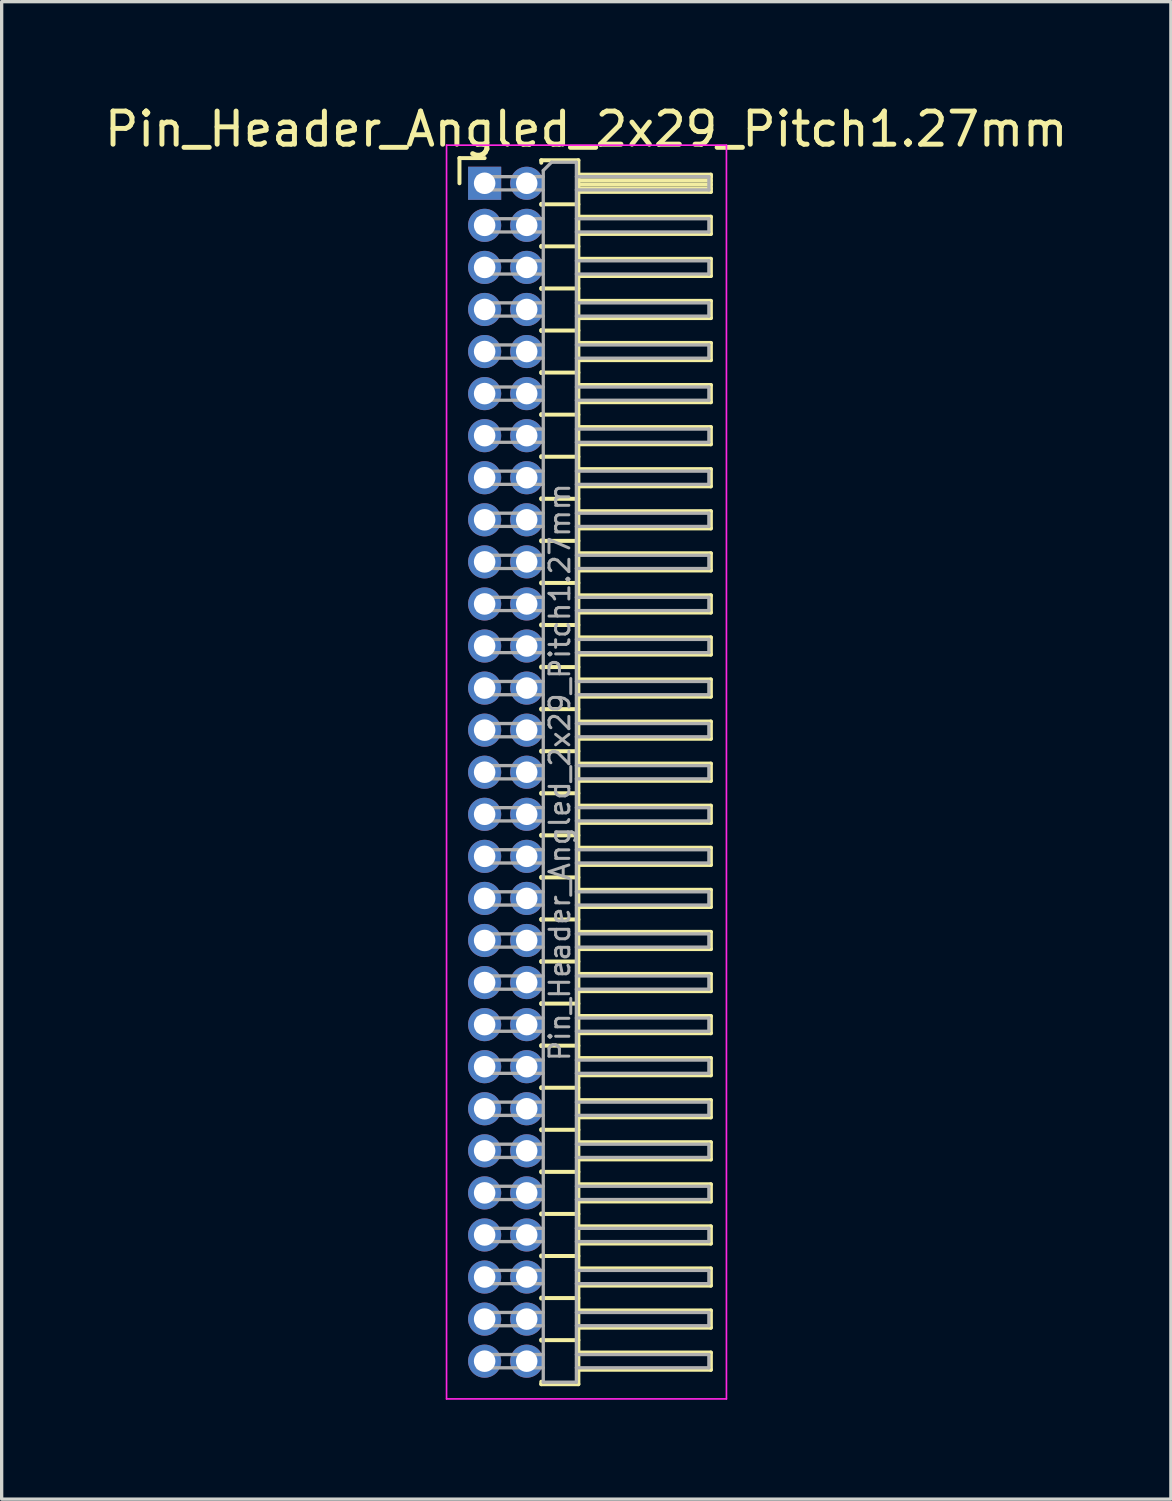
<source format=kicad_pcb>
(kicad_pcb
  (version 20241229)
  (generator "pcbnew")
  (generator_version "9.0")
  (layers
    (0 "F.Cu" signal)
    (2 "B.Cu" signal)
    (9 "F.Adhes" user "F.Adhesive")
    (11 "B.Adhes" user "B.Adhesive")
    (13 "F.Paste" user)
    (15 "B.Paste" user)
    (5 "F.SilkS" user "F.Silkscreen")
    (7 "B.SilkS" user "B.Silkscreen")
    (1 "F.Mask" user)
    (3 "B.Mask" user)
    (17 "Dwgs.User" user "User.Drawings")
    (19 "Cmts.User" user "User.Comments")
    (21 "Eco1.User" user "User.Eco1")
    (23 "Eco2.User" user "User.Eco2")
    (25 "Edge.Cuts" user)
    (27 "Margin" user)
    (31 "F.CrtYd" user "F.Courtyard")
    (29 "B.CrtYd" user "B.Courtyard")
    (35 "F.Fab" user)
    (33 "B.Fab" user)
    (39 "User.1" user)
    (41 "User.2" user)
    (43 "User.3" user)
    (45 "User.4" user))
  (footprint "Pin_Header_Angled_2x29_Pitch1.27mm"
    (layer "F.Cu")
    (at 11.581 2.483)
    (property "Reference" "Pin_Header_Angled_2x29_Pitch1.27mm" (at 3.067 -1.635 0) (layer "F.SilkS") (effects (font (size 1 1) (thickness 0.15))))
    (attr through_hole)
    (fp_line (start -0.76 -0.76) (end 0 -0.76) (stroke (width 0.12) (type solid)) (layer "F.SilkS"))
    (fp_line (start -0.76 0) (end -0.76 -0.76) (stroke (width 0.12) (type solid)) (layer "F.SilkS"))
    (fp_line (start 1.71 -0.695) (end 2.83 -0.695) (stroke (width 0.12) (type solid)) (layer "F.SilkS"))
    (fp_line (start 1.71 -0.62) (end 1.71 -0.695) (stroke (width 0.12) (type solid)) (layer "F.SilkS"))
    (fp_line (start 1.71 0.62) (end 1.71 0.65) (stroke (width 0.12) (type solid)) (layer "F.SilkS"))
    (fp_line (start 1.71 0.635) (end 2.83 0.635) (stroke (width 0.12) (type solid)) (layer "F.SilkS"))
    (fp_line (start 1.71 1.89) (end 1.71 1.92) (stroke (width 0.12) (type solid)) (layer "F.SilkS"))
    (fp_line (start 1.71 1.905) (end 2.83 1.905) (stroke (width 0.12) (type solid)) (layer "F.SilkS"))
    (fp_line (start 1.71 3.16) (end 1.71 3.19) (stroke (width 0.12) (type solid)) (layer "F.SilkS"))
    (fp_line (start 1.71 3.175) (end 2.83 3.175) (stroke (width 0.12) (type solid)) (layer "F.SilkS"))
    (fp_line (start 1.71 4.43) (end 1.71 4.46) (stroke (width 0.12) (type solid)) (layer "F.SilkS"))
    (fp_line (start 1.71 4.445) (end 2.83 4.445) (stroke (width 0.12) (type solid)) (layer "F.SilkS"))
    (fp_line (start 1.71 5.7) (end 1.71 5.73) (stroke (width 0.12) (type solid)) (layer "F.SilkS"))
    (fp_line (start 1.71 5.715) (end 2.83 5.715) (stroke (width 0.12) (type solid)) (layer "F.SilkS"))
    (fp_line (start 1.71 6.97) (end 1.71 7) (stroke (width 0.12) (type solid)) (layer "F.SilkS"))
    (fp_line (start 1.71 6.985) (end 2.83 6.985) (stroke (width 0.12) (type solid)) (layer "F.SilkS"))
    (fp_line (start 1.71 8.24) (end 1.71 8.27) (stroke (width 0.12) (type solid)) (layer "F.SilkS"))
    (fp_line (start 1.71 8.255) (end 2.83 8.255) (stroke (width 0.12) (type solid)) (layer "F.SilkS"))
    (fp_line (start 1.71 9.51) (end 1.71 9.54) (stroke (width 0.12) (type solid)) (layer "F.SilkS"))
    (fp_line (start 1.71 9.525) (end 2.83 9.525) (stroke (width 0.12) (type solid)) (layer "F.SilkS"))
    (fp_line (start 1.71 10.78) (end 1.71 10.81) (stroke (width 0.12) (type solid)) (layer "F.SilkS"))
    (fp_line (start 1.71 10.795) (end 2.83 10.795) (stroke (width 0.12) (type solid)) (layer "F.SilkS"))
    (fp_line (start 1.71 12.05) (end 1.71 12.08) (stroke (width 0.12) (type solid)) (layer "F.SilkS"))
    (fp_line (start 1.71 12.065) (end 2.83 12.065) (stroke (width 0.12) (type solid)) (layer "F.SilkS"))
    (fp_line (start 1.71 13.32) (end 1.71 13.35) (stroke (width 0.12) (type solid)) (layer "F.SilkS"))
    (fp_line (start 1.71 13.335) (end 2.83 13.335) (stroke (width 0.12) (type solid)) (layer "F.SilkS"))
    (fp_line (start 1.71 14.59) (end 1.71 14.62) (stroke (width 0.12) (type solid)) (layer "F.SilkS"))
    (fp_line (start 1.71 14.605) (end 2.83 14.605) (stroke (width 0.12) (type solid)) (layer "F.SilkS"))
    (fp_line (start 1.71 15.86) (end 1.71 15.89) (stroke (width 0.12) (type solid)) (layer "F.SilkS"))
    (fp_line (start 1.71 15.875) (end 2.83 15.875) (stroke (width 0.12) (type solid)) (layer "F.SilkS"))
    (fp_line (start 1.71 17.13) (end 1.71 17.16) (stroke (width 0.12) (type solid)) (layer "F.SilkS"))
    (fp_line (start 1.71 17.145) (end 2.83 17.145) (stroke (width 0.12) (type solid)) (layer "F.SilkS"))
    (fp_line (start 1.71 18.4) (end 1.71 18.43) (stroke (width 0.12) (type solid)) (layer "F.SilkS"))
    (fp_line (start 1.71 18.415) (end 2.83 18.415) (stroke (width 0.12) (type solid)) (layer "F.SilkS"))
    (fp_line (start 1.71 19.67) (end 1.71 19.7) (stroke (width 0.12) (type solid)) (layer "F.SilkS"))
    (fp_line (start 1.71 19.685) (end 2.83 19.685) (stroke (width 0.12) (type solid)) (layer "F.SilkS"))
    (fp_line (start 1.71 20.94) (end 1.71 20.97) (stroke (width 0.12) (type solid)) (layer "F.SilkS"))
    (fp_line (start 1.71 20.955) (end 2.83 20.955) (stroke (width 0.12) (type solid)) (layer "F.SilkS"))
    (fp_line (start 1.71 22.21) (end 1.71 22.24) (stroke (width 0.12) (type solid)) (layer "F.SilkS"))
    (fp_line (start 1.71 22.225) (end 2.83 22.225) (stroke (width 0.12) (type solid)) (layer "F.SilkS"))
    (fp_line (start 1.71 23.48) (end 1.71 23.51) (stroke (width 0.12) (type solid)) (layer "F.SilkS"))
    (fp_line (start 1.71 23.495) (end 2.83 23.495) (stroke (width 0.12) (type solid)) (layer "F.SilkS"))
    (fp_line (start 1.71 24.75) (end 1.71 24.78) (stroke (width 0.12) (type solid)) (layer "F.SilkS"))
    (fp_line (start 1.71 24.765) (end 2.83 24.765) (stroke (width 0.12) (type solid)) (layer "F.SilkS"))
    (fp_line (start 1.71 26.02) (end 1.71 26.05) (stroke (width 0.12) (type solid)) (layer "F.SilkS"))
    (fp_line (start 1.71 26.035) (end 2.83 26.035) (stroke (width 0.12) (type solid)) (layer "F.SilkS"))
    (fp_line (start 1.71 27.29) (end 1.71 27.32) (stroke (width 0.12) (type solid)) (layer "F.SilkS"))
    (fp_line (start 1.71 27.305) (end 2.83 27.305) (stroke (width 0.12) (type solid)) (layer "F.SilkS"))
    (fp_line (start 1.71 28.56) (end 1.71 28.59) (stroke (width 0.12) (type solid)) (layer "F.SilkS"))
    (fp_line (start 1.71 28.575) (end 2.83 28.575) (stroke (width 0.12) (type solid)) (layer "F.SilkS"))
    (fp_line (start 1.71 29.83) (end 1.71 29.86) (stroke (width 0.12) (type solid)) (layer "F.SilkS"))
    (fp_line (start 1.71 29.845) (end 2.83 29.845) (stroke (width 0.12) (type solid)) (layer "F.SilkS"))
    (fp_line (start 1.71 31.1) (end 1.71 31.13) (stroke (width 0.12) (type solid)) (layer "F.SilkS"))
    (fp_line (start 1.71 31.115) (end 2.83 31.115) (stroke (width 0.12) (type solid)) (layer "F.SilkS"))
    (fp_line (start 1.71 32.37) (end 1.71 32.4) (stroke (width 0.12) (type solid)) (layer "F.SilkS"))
    (fp_line (start 1.71 32.385) (end 2.83 32.385) (stroke (width 0.12) (type solid)) (layer "F.SilkS"))
    (fp_line (start 1.71 33.64) (end 1.71 33.67) (stroke (width 0.12) (type solid)) (layer "F.SilkS"))
    (fp_line (start 1.71 33.655) (end 2.83 33.655) (stroke (width 0.12) (type solid)) (layer "F.SilkS"))
    (fp_line (start 1.71 34.91) (end 1.71 34.94) (stroke (width 0.12) (type solid)) (layer "F.SilkS"))
    (fp_line (start 1.71 34.925) (end 2.83 34.925) (stroke (width 0.12) (type solid)) (layer "F.SilkS"))
    (fp_line (start 1.71 36.255) (end 1.71 36.18) (stroke (width 0.12) (type solid)) (layer "F.SilkS"))
    (fp_line (start 2.83 -0.695) (end 2.83 36.255) (stroke (width 0.12) (type solid)) (layer "F.SilkS"))
    (fp_line (start 2.83 -0.26) (end 6.83 -0.26) (stroke (width 0.12) (type solid)) (layer "F.SilkS"))
    (fp_line (start 2.83 -0.2) (end 6.83 -0.2) (stroke (width 0.12) (type solid)) (layer "F.SilkS"))
    (fp_line (start 2.83 -0.08) (end 6.83 -0.08) (stroke (width 0.12) (type solid)) (layer "F.SilkS"))
    (fp_line (start 2.83 0.04) (end 6.83 0.04) (stroke (width 0.12) (type solid)) (layer "F.SilkS"))
    (fp_line (start 2.83 0.16) (end 6.83 0.16) (stroke (width 0.12) (type solid)) (layer "F.SilkS"))
    (fp_line (start 2.83 1.01) (end 6.83 1.01) (stroke (width 0.12) (type solid)) (layer "F.SilkS"))
    (fp_line (start 2.83 2.28) (end 6.83 2.28) (stroke (width 0.12) (type solid)) (layer "F.SilkS"))
    (fp_line (start 2.83 3.55) (end 6.83 3.55) (stroke (width 0.12) (type solid)) (layer "F.SilkS"))
    (fp_line (start 2.83 4.82) (end 6.83 4.82) (stroke (width 0.12) (type solid)) (layer "F.SilkS"))
    (fp_line (start 2.83 6.09) (end 6.83 6.09) (stroke (width 0.12) (type solid)) (layer "F.SilkS"))
    (fp_line (start 2.83 7.36) (end 6.83 7.36) (stroke (width 0.12) (type solid)) (layer "F.SilkS"))
    (fp_line (start 2.83 8.63) (end 6.83 8.63) (stroke (width 0.12) (type solid)) (layer "F.SilkS"))
    (fp_line (start 2.83 9.9) (end 6.83 9.9) (stroke (width 0.12) (type solid)) (layer "F.SilkS"))
    (fp_line (start 2.83 11.17) (end 6.83 11.17) (stroke (width 0.12) (type solid)) (layer "F.SilkS"))
    (fp_line (start 2.83 12.44) (end 6.83 12.44) (stroke (width 0.12) (type solid)) (layer "F.SilkS"))
    (fp_line (start 2.83 13.71) (end 6.83 13.71) (stroke (width 0.12) (type solid)) (layer "F.SilkS"))
    (fp_line (start 2.83 14.98) (end 6.83 14.98) (stroke (width 0.12) (type solid)) (layer "F.SilkS"))
    (fp_line (start 2.83 16.25) (end 6.83 16.25) (stroke (width 0.12) (type solid)) (layer "F.SilkS"))
    (fp_line (start 2.83 17.52) (end 6.83 17.52) (stroke (width 0.12) (type solid)) (layer "F.SilkS"))
    (fp_line (start 2.83 18.79) (end 6.83 18.79) (stroke (width 0.12) (type solid)) (layer "F.SilkS"))
    (fp_line (start 2.83 20.06) (end 6.83 20.06) (stroke (width 0.12) (type solid)) (layer "F.SilkS"))
    (fp_line (start 2.83 21.33) (end 6.83 21.33) (stroke (width 0.12) (type solid)) (layer "F.SilkS"))
    (fp_line (start 2.83 22.6) (end 6.83 22.6) (stroke (width 0.12) (type solid)) (layer "F.SilkS"))
    (fp_line (start 2.83 23.87) (end 6.83 23.87) (stroke (width 0.12) (type solid)) (layer "F.SilkS"))
    (fp_line (start 2.83 25.14) (end 6.83 25.14) (stroke (width 0.12) (type solid)) (layer "F.SilkS"))
    (fp_line (start 2.83 26.41) (end 6.83 26.41) (stroke (width 0.12) (type solid)) (layer "F.SilkS"))
    (fp_line (start 2.83 27.68) (end 6.83 27.68) (stroke (width 0.12) (type solid)) (layer "F.SilkS"))
    (fp_line (start 2.83 28.95) (end 6.83 28.95) (stroke (width 0.12) (type solid)) (layer "F.SilkS"))
    (fp_line (start 2.83 30.22) (end 6.83 30.22) (stroke (width 0.12) (type solid)) (layer "F.SilkS"))
    (fp_line (start 2.83 31.49) (end 6.83 31.49) (stroke (width 0.12) (type solid)) (layer "F.SilkS"))
    (fp_line (start 2.83 32.76) (end 6.83 32.76) (stroke (width 0.12) (type solid)) (layer "F.SilkS"))
    (fp_line (start 2.83 34.03) (end 6.83 34.03) (stroke (width 0.12) (type solid)) (layer "F.SilkS"))
    (fp_line (start 2.83 35.3) (end 6.83 35.3) (stroke (width 0.12) (type solid)) (layer "F.SilkS"))
    (fp_line (start 2.83 36.255) (end 1.71 36.255) (stroke (width 0.12) (type solid)) (layer "F.SilkS"))
    (fp_line (start 6.83 -0.26) (end 6.83 0.26) (stroke (width 0.12) (type solid)) (layer "F.SilkS"))
    (fp_line (start 6.83 0.26) (end 2.83 0.26) (stroke (width 0.12) (type solid)) (layer "F.SilkS"))
    (fp_line (start 6.83 1.01) (end 6.83 1.53) (stroke (width 0.12) (type solid)) (layer "F.SilkS"))
    (fp_line (start 6.83 1.53) (end 2.83 1.53) (stroke (width 0.12) (type solid)) (layer "F.SilkS"))
    (fp_line (start 6.83 2.28) (end 6.83 2.8) (stroke (width 0.12) (type solid)) (layer "F.SilkS"))
    (fp_line (start 6.83 2.8) (end 2.83 2.8) (stroke (width 0.12) (type solid)) (layer "F.SilkS"))
    (fp_line (start 6.83 3.55) (end 6.83 4.07) (stroke (width 0.12) (type solid)) (layer "F.SilkS"))
    (fp_line (start 6.83 4.07) (end 2.83 4.07) (stroke (width 0.12) (type solid)) (layer "F.SilkS"))
    (fp_line (start 6.83 4.82) (end 6.83 5.34) (stroke (width 0.12) (type solid)) (layer "F.SilkS"))
    (fp_line (start 6.83 5.34) (end 2.83 5.34) (stroke (width 0.12) (type solid)) (layer "F.SilkS"))
    (fp_line (start 6.83 6.09) (end 6.83 6.61) (stroke (width 0.12) (type solid)) (layer "F.SilkS"))
    (fp_line (start 6.83 6.61) (end 2.83 6.61) (stroke (width 0.12) (type solid)) (layer "F.SilkS"))
    (fp_line (start 6.83 7.36) (end 6.83 7.88) (stroke (width 0.12) (type solid)) (layer "F.SilkS"))
    (fp_line (start 6.83 7.88) (end 2.83 7.88) (stroke (width 0.12) (type solid)) (layer "F.SilkS"))
    (fp_line (start 6.83 8.63) (end 6.83 9.15) (stroke (width 0.12) (type solid)) (layer "F.SilkS"))
    (fp_line (start 6.83 9.15) (end 2.83 9.15) (stroke (width 0.12) (type solid)) (layer "F.SilkS"))
    (fp_line (start 6.83 9.9) (end 6.83 10.42) (stroke (width 0.12) (type solid)) (layer "F.SilkS"))
    (fp_line (start 6.83 10.42) (end 2.83 10.42) (stroke (width 0.12) (type solid)) (layer "F.SilkS"))
    (fp_line (start 6.83 11.17) (end 6.83 11.69) (stroke (width 0.12) (type solid)) (layer "F.SilkS"))
    (fp_line (start 6.83 11.69) (end 2.83 11.69) (stroke (width 0.12) (type solid)) (layer "F.SilkS"))
    (fp_line (start 6.83 12.44) (end 6.83 12.96) (stroke (width 0.12) (type solid)) (layer "F.SilkS"))
    (fp_line (start 6.83 12.96) (end 2.83 12.96) (stroke (width 0.12) (type solid)) (layer "F.SilkS"))
    (fp_line (start 6.83 13.71) (end 6.83 14.23) (stroke (width 0.12) (type solid)) (layer "F.SilkS"))
    (fp_line (start 6.83 14.23) (end 2.83 14.23) (stroke (width 0.12) (type solid)) (layer "F.SilkS"))
    (fp_line (start 6.83 14.98) (end 6.83 15.5) (stroke (width 0.12) (type solid)) (layer "F.SilkS"))
    (fp_line (start 6.83 15.5) (end 2.83 15.5) (stroke (width 0.12) (type solid)) (layer "F.SilkS"))
    (fp_line (start 6.83 16.25) (end 6.83 16.77) (stroke (width 0.12) (type solid)) (layer "F.SilkS"))
    (fp_line (start 6.83 16.77) (end 2.83 16.77) (stroke (width 0.12) (type solid)) (layer "F.SilkS"))
    (fp_line (start 6.83 17.52) (end 6.83 18.04) (stroke (width 0.12) (type solid)) (layer "F.SilkS"))
    (fp_line (start 6.83 18.04) (end 2.83 18.04) (stroke (width 0.12) (type solid)) (layer "F.SilkS"))
    (fp_line (start 6.83 18.79) (end 6.83 19.31) (stroke (width 0.12) (type solid)) (layer "F.SilkS"))
    (fp_line (start 6.83 19.31) (end 2.83 19.31) (stroke (width 0.12) (type solid)) (layer "F.SilkS"))
    (fp_line (start 6.83 20.06) (end 6.83 20.58) (stroke (width 0.12) (type solid)) (layer "F.SilkS"))
    (fp_line (start 6.83 20.58) (end 2.83 20.58) (stroke (width 0.12) (type solid)) (layer "F.SilkS"))
    (fp_line (start 6.83 21.33) (end 6.83 21.85) (stroke (width 0.12) (type solid)) (layer "F.SilkS"))
    (fp_line (start 6.83 21.85) (end 2.83 21.85) (stroke (width 0.12) (type solid)) (layer "F.SilkS"))
    (fp_line (start 6.83 22.6) (end 6.83 23.12) (stroke (width 0.12) (type solid)) (layer "F.SilkS"))
    (fp_line (start 6.83 23.12) (end 2.83 23.12) (stroke (width 0.12) (type solid)) (layer "F.SilkS"))
    (fp_line (start 6.83 23.87) (end 6.83 24.39) (stroke (width 0.12) (type solid)) (layer "F.SilkS"))
    (fp_line (start 6.83 24.39) (end 2.83 24.39) (stroke (width 0.12) (type solid)) (layer "F.SilkS"))
    (fp_line (start 6.83 25.14) (end 6.83 25.66) (stroke (width 0.12) (type solid)) (layer "F.SilkS"))
    (fp_line (start 6.83 25.66) (end 2.83 25.66) (stroke (width 0.12) (type solid)) (layer "F.SilkS"))
    (fp_line (start 6.83 26.41) (end 6.83 26.93) (stroke (width 0.12) (type solid)) (layer "F.SilkS"))
    (fp_line (start 6.83 26.93) (end 2.83 26.93) (stroke (width 0.12) (type solid)) (layer "F.SilkS"))
    (fp_line (start 6.83 27.68) (end 6.83 28.2) (stroke (width 0.12) (type solid)) (layer "F.SilkS"))
    (fp_line (start 6.83 28.2) (end 2.83 28.2) (stroke (width 0.12) (type solid)) (layer "F.SilkS"))
    (fp_line (start 6.83 28.95) (end 6.83 29.47) (stroke (width 0.12) (type solid)) (layer "F.SilkS"))
    (fp_line (start 6.83 29.47) (end 2.83 29.47) (stroke (width 0.12) (type solid)) (layer "F.SilkS"))
    (fp_line (start 6.83 30.22) (end 6.83 30.74) (stroke (width 0.12) (type solid)) (layer "F.SilkS"))
    (fp_line (start 6.83 30.74) (end 2.83 30.74) (stroke (width 0.12) (type solid)) (layer "F.SilkS"))
    (fp_line (start 6.83 31.49) (end 6.83 32.01) (stroke (width 0.12) (type solid)) (layer "F.SilkS"))
    (fp_line (start 6.83 32.01) (end 2.83 32.01) (stroke (width 0.12) (type solid)) (layer "F.SilkS"))
    (fp_line (start 6.83 32.76) (end 6.83 33.28) (stroke (width 0.12) (type solid)) (layer "F.SilkS"))
    (fp_line (start 6.83 33.28) (end 2.83 33.28) (stroke (width 0.12) (type solid)) (layer "F.SilkS"))
    (fp_line (start 6.83 34.03) (end 6.83 34.55) (stroke (width 0.12) (type solid)) (layer "F.SilkS"))
    (fp_line (start 6.83 34.55) (end 2.83 34.55) (stroke (width 0.12) (type solid)) (layer "F.SilkS"))
    (fp_line (start 6.83 35.3) (end 6.83 35.82) (stroke (width 0.12) (type solid)) (layer "F.SilkS"))
    (fp_line (start 6.83 35.82) (end 2.83 35.82) (stroke (width 0.12) (type solid)) (layer "F.SilkS"))
    (fp_line (start -1.15 -1.15) (end -1.15 36.7) (stroke (width 0.05) (type solid)) (layer "F.CrtYd"))
    (fp_line (start -1.15 36.7) (end 7.3 36.7) (stroke (width 0.05) (type solid)) (layer "F.CrtYd"))
    (fp_line (start 7.3 -1.15) (end -1.15 -1.15) (stroke (width 0.05) (type solid)) (layer "F.CrtYd"))
    (fp_line (start 7.3 36.7) (end 7.3 -1.15) (stroke (width 0.05) (type solid)) (layer "F.CrtYd"))
    (fp_line (start -0.2 -0.2) (end -0.2 0.2) (stroke (width 0.1) (type solid)) (layer "F.Fab"))
    (fp_line (start -0.2 -0.2) (end 1.77 -0.2) (stroke (width 0.1) (type solid)) (layer "F.Fab"))
    (fp_line (start -0.2 0.2) (end 1.77 0.2) (stroke (width 0.1) (type solid)) (layer "F.Fab"))
    (fp_line (start -0.2 1.07) (end -0.2 1.47) (stroke (width 0.1) (type solid)) (layer "F.Fab"))
    (fp_line (start -0.2 1.07) (end 1.77 1.07) (stroke (width 0.1) (type solid)) (layer "F.Fab"))
    (fp_line (start -0.2 1.47) (end 1.77 1.47) (stroke (width 0.1) (type solid)) (layer "F.Fab"))
    (fp_line (start -0.2 2.34) (end -0.2 2.74) (stroke (width 0.1) (type solid)) (layer "F.Fab"))
    (fp_line (start -0.2 2.34) (end 1.77 2.34) (stroke (width 0.1) (type solid)) (layer "F.Fab"))
    (fp_line (start -0.2 2.74) (end 1.77 2.74) (stroke (width 0.1) (type solid)) (layer "F.Fab"))
    (fp_line (start -0.2 3.61) (end -0.2 4.01) (stroke (width 0.1) (type solid)) (layer "F.Fab"))
    (fp_line (start -0.2 3.61) (end 1.77 3.61) (stroke (width 0.1) (type solid)) (layer "F.Fab"))
    (fp_line (start -0.2 4.01) (end 1.77 4.01) (stroke (width 0.1) (type solid)) (layer "F.Fab"))
    (fp_line (start -0.2 4.88) (end -0.2 5.28) (stroke (width 0.1) (type solid)) (layer "F.Fab"))
    (fp_line (start -0.2 4.88) (end 1.77 4.88) (stroke (width 0.1) (type solid)) (layer "F.Fab"))
    (fp_line (start -0.2 5.28) (end 1.77 5.28) (stroke (width 0.1) (type solid)) (layer "F.Fab"))
    (fp_line (start -0.2 6.15) (end -0.2 6.55) (stroke (width 0.1) (type solid)) (layer "F.Fab"))
    (fp_line (start -0.2 6.15) (end 1.77 6.15) (stroke (width 0.1) (type solid)) (layer "F.Fab"))
    (fp_line (start -0.2 6.55) (end 1.77 6.55) (stroke (width 0.1) (type solid)) (layer "F.Fab"))
    (fp_line (start -0.2 7.42) (end -0.2 7.82) (stroke (width 0.1) (type solid)) (layer "F.Fab"))
    (fp_line (start -0.2 7.42) (end 1.77 7.42) (stroke (width 0.1) (type solid)) (layer "F.Fab"))
    (fp_line (start -0.2 7.82) (end 1.77 7.82) (stroke (width 0.1) (type solid)) (layer "F.Fab"))
    (fp_line (start -0.2 8.69) (end -0.2 9.09) (stroke (width 0.1) (type solid)) (layer "F.Fab"))
    (fp_line (start -0.2 8.69) (end 1.77 8.69) (stroke (width 0.1) (type solid)) (layer "F.Fab"))
    (fp_line (start -0.2 9.09) (end 1.77 9.09) (stroke (width 0.1) (type solid)) (layer "F.Fab"))
    (fp_line (start -0.2 9.96) (end -0.2 10.36) (stroke (width 0.1) (type solid)) (layer "F.Fab"))
    (fp_line (start -0.2 9.96) (end 1.77 9.96) (stroke (width 0.1) (type solid)) (layer "F.Fab"))
    (fp_line (start -0.2 10.36) (end 1.77 10.36) (stroke (width 0.1) (type solid)) (layer "F.Fab"))
    (fp_line (start -0.2 11.23) (end -0.2 11.63) (stroke (width 0.1) (type solid)) (layer "F.Fab"))
    (fp_line (start -0.2 11.23) (end 1.77 11.23) (stroke (width 0.1) (type solid)) (layer "F.Fab"))
    (fp_line (start -0.2 11.63) (end 1.77 11.63) (stroke (width 0.1) (type solid)) (layer "F.Fab"))
    (fp_line (start -0.2 12.5) (end -0.2 12.9) (stroke (width 0.1) (type solid)) (layer "F.Fab"))
    (fp_line (start -0.2 12.5) (end 1.77 12.5) (stroke (width 0.1) (type solid)) (layer "F.Fab"))
    (fp_line (start -0.2 12.9) (end 1.77 12.9) (stroke (width 0.1) (type solid)) (layer "F.Fab"))
    (fp_line (start -0.2 13.77) (end -0.2 14.17) (stroke (width 0.1) (type solid)) (layer "F.Fab"))
    (fp_line (start -0.2 13.77) (end 1.77 13.77) (stroke (width 0.1) (type solid)) (layer "F.Fab"))
    (fp_line (start -0.2 14.17) (end 1.77 14.17) (stroke (width 0.1) (type solid)) (layer "F.Fab"))
    (fp_line (start -0.2 15.04) (end -0.2 15.44) (stroke (width 0.1) (type solid)) (layer "F.Fab"))
    (fp_line (start -0.2 15.04) (end 1.77 15.04) (stroke (width 0.1) (type solid)) (layer "F.Fab"))
    (fp_line (start -0.2 15.44) (end 1.77 15.44) (stroke (width 0.1) (type solid)) (layer "F.Fab"))
    (fp_line (start -0.2 16.31) (end -0.2 16.71) (stroke (width 0.1) (type solid)) (layer "F.Fab"))
    (fp_line (start -0.2 16.31) (end 1.77 16.31) (stroke (width 0.1) (type solid)) (layer "F.Fab"))
    (fp_line (start -0.2 16.71) (end 1.77 16.71) (stroke (width 0.1) (type solid)) (layer "F.Fab"))
    (fp_line (start -0.2 17.58) (end -0.2 17.98) (stroke (width 0.1) (type solid)) (layer "F.Fab"))
    (fp_line (start -0.2 17.58) (end 1.77 17.58) (stroke (width 0.1) (type solid)) (layer "F.Fab"))
    (fp_line (start -0.2 17.98) (end 1.77 17.98) (stroke (width 0.1) (type solid)) (layer "F.Fab"))
    (fp_line (start -0.2 18.85) (end -0.2 19.25) (stroke (width 0.1) (type solid)) (layer "F.Fab"))
    (fp_line (start -0.2 18.85) (end 1.77 18.85) (stroke (width 0.1) (type solid)) (layer "F.Fab"))
    (fp_line (start -0.2 19.25) (end 1.77 19.25) (stroke (width 0.1) (type solid)) (layer "F.Fab"))
    (fp_line (start -0.2 20.12) (end -0.2 20.52) (stroke (width 0.1) (type solid)) (layer "F.Fab"))
    (fp_line (start -0.2 20.12) (end 1.77 20.12) (stroke (width 0.1) (type solid)) (layer "F.Fab"))
    (fp_line (start -0.2 20.52) (end 1.77 20.52) (stroke (width 0.1) (type solid)) (layer "F.Fab"))
    (fp_line (start -0.2 21.39) (end -0.2 21.79) (stroke (width 0.1) (type solid)) (layer "F.Fab"))
    (fp_line (start -0.2 21.39) (end 1.77 21.39) (stroke (width 0.1) (type solid)) (layer "F.Fab"))
    (fp_line (start -0.2 21.79) (end 1.77 21.79) (stroke (width 0.1) (type solid)) (layer "F.Fab"))
    (fp_line (start -0.2 22.66) (end -0.2 23.06) (stroke (width 0.1) (type solid)) (layer "F.Fab"))
    (fp_line (start -0.2 22.66) (end 1.77 22.66) (stroke (width 0.1) (type solid)) (layer "F.Fab"))
    (fp_line (start -0.2 23.06) (end 1.77 23.06) (stroke (width 0.1) (type solid)) (layer "F.Fab"))
    (fp_line (start -0.2 23.93) (end -0.2 24.33) (stroke (width 0.1) (type solid)) (layer "F.Fab"))
    (fp_line (start -0.2 23.93) (end 1.77 23.93) (stroke (width 0.1) (type solid)) (layer "F.Fab"))
    (fp_line (start -0.2 24.33) (end 1.77 24.33) (stroke (width 0.1) (type solid)) (layer "F.Fab"))
    (fp_line (start -0.2 25.2) (end -0.2 25.6) (stroke (width 0.1) (type solid)) (layer "F.Fab"))
    (fp_line (start -0.2 25.2) (end 1.77 25.2) (stroke (width 0.1) (type solid)) (layer "F.Fab"))
    (fp_line (start -0.2 25.6) (end 1.77 25.6) (stroke (width 0.1) (type solid)) (layer "F.Fab"))
    (fp_line (start -0.2 26.47) (end -0.2 26.87) (stroke (width 0.1) (type solid)) (layer "F.Fab"))
    (fp_line (start -0.2 26.47) (end 1.77 26.47) (stroke (width 0.1) (type solid)) (layer "F.Fab"))
    (fp_line (start -0.2 26.87) (end 1.77 26.87) (stroke (width 0.1) (type solid)) (layer "F.Fab"))
    (fp_line (start -0.2 27.74) (end -0.2 28.14) (stroke (width 0.1) (type solid)) (layer "F.Fab"))
    (fp_line (start -0.2 27.74) (end 1.77 27.74) (stroke (width 0.1) (type solid)) (layer "F.Fab"))
    (fp_line (start -0.2 28.14) (end 1.77 28.14) (stroke (width 0.1) (type solid)) (layer "F.Fab"))
    (fp_line (start -0.2 29.01) (end -0.2 29.41) (stroke (width 0.1) (type solid)) (layer "F.Fab"))
    (fp_line (start -0.2 29.01) (end 1.77 29.01) (stroke (width 0.1) (type solid)) (layer "F.Fab"))
    (fp_line (start -0.2 29.41) (end 1.77 29.41) (stroke (width 0.1) (type solid)) (layer "F.Fab"))
    (fp_line (start -0.2 30.28) (end -0.2 30.68) (stroke (width 0.1) (type solid)) (layer "F.Fab"))
    (fp_line (start -0.2 30.28) (end 1.77 30.28) (stroke (width 0.1) (type solid)) (layer "F.Fab"))
    (fp_line (start -0.2 30.68) (end 1.77 30.68) (stroke (width 0.1) (type solid)) (layer "F.Fab"))
    (fp_line (start -0.2 31.55) (end -0.2 31.95) (stroke (width 0.1) (type solid)) (layer "F.Fab"))
    (fp_line (start -0.2 31.55) (end 1.77 31.55) (stroke (width 0.1) (type solid)) (layer "F.Fab"))
    (fp_line (start -0.2 31.95) (end 1.77 31.95) (stroke (width 0.1) (type solid)) (layer "F.Fab"))
    (fp_line (start -0.2 32.82) (end -0.2 33.22) (stroke (width 0.1) (type solid)) (layer "F.Fab"))
    (fp_line (start -0.2 32.82) (end 1.77 32.82) (stroke (width 0.1) (type solid)) (layer "F.Fab"))
    (fp_line (start -0.2 33.22) (end 1.77 33.22) (stroke (width 0.1) (type solid)) (layer "F.Fab"))
    (fp_line (start -0.2 34.09) (end -0.2 34.49) (stroke (width 0.1) (type solid)) (layer "F.Fab"))
    (fp_line (start -0.2 34.09) (end 1.77 34.09) (stroke (width 0.1) (type solid)) (layer "F.Fab"))
    (fp_line (start -0.2 34.49) (end 1.77 34.49) (stroke (width 0.1) (type solid)) (layer "F.Fab"))
    (fp_line (start -0.2 35.36) (end -0.2 35.76) (stroke (width 0.1) (type solid)) (layer "F.Fab"))
    (fp_line (start -0.2 35.36) (end 1.77 35.36) (stroke (width 0.1) (type solid)) (layer "F.Fab"))
    (fp_line (start -0.2 35.76) (end 1.77 35.76) (stroke (width 0.1) (type solid)) (layer "F.Fab"))
    (fp_line (start 1.77 -0.385) (end 2.02 -0.635) (stroke (width 0.1) (type solid)) (layer "F.Fab"))
    (fp_line (start 1.77 36.195) (end 1.77 -0.385) (stroke (width 0.1) (type solid)) (layer "F.Fab"))
    (fp_line (start 2.02 -0.635) (end 2.77 -0.635) (stroke (width 0.1) (type solid)) (layer "F.Fab"))
    (fp_line (start 2.77 -0.635) (end 2.77 36.195) (stroke (width 0.1) (type solid)) (layer "F.Fab"))
    (fp_line (start 2.77 -0.2) (end 6.77 -0.2) (stroke (width 0.1) (type solid)) (layer "F.Fab"))
    (fp_line (start 2.77 0.2) (end 6.77 0.2) (stroke (width 0.1) (type solid)) (layer "F.Fab"))
    (fp_line (start 2.77 1.07) (end 6.77 1.07) (stroke (width 0.1) (type solid)) (layer "F.Fab"))
    (fp_line (start 2.77 1.47) (end 6.77 1.47) (stroke (width 0.1) (type solid)) (layer "F.Fab"))
    (fp_line (start 2.77 2.34) (end 6.77 2.34) (stroke (width 0.1) (type solid)) (layer "F.Fab"))
    (fp_line (start 2.77 2.74) (end 6.77 2.74) (stroke (width 0.1) (type solid)) (layer "F.Fab"))
    (fp_line (start 2.77 3.61) (end 6.77 3.61) (stroke (width 0.1) (type solid)) (layer "F.Fab"))
    (fp_line (start 2.77 4.01) (end 6.77 4.01) (stroke (width 0.1) (type solid)) (layer "F.Fab"))
    (fp_line (start 2.77 4.88) (end 6.77 4.88) (stroke (width 0.1) (type solid)) (layer "F.Fab"))
    (fp_line (start 2.77 5.28) (end 6.77 5.28) (stroke (width 0.1) (type solid)) (layer "F.Fab"))
    (fp_line (start 2.77 6.15) (end 6.77 6.15) (stroke (width 0.1) (type solid)) (layer "F.Fab"))
    (fp_line (start 2.77 6.55) (end 6.77 6.55) (stroke (width 0.1) (type solid)) (layer "F.Fab"))
    (fp_line (start 2.77 7.42) (end 6.77 7.42) (stroke (width 0.1) (type solid)) (layer "F.Fab"))
    (fp_line (start 2.77 7.82) (end 6.77 7.82) (stroke (width 0.1) (type solid)) (layer "F.Fab"))
    (fp_line (start 2.77 8.69) (end 6.77 8.69) (stroke (width 0.1) (type solid)) (layer "F.Fab"))
    (fp_line (start 2.77 9.09) (end 6.77 9.09) (stroke (width 0.1) (type solid)) (layer "F.Fab"))
    (fp_line (start 2.77 9.96) (end 6.77 9.96) (stroke (width 0.1) (type solid)) (layer "F.Fab"))
    (fp_line (start 2.77 10.36) (end 6.77 10.36) (stroke (width 0.1) (type solid)) (layer "F.Fab"))
    (fp_line (start 2.77 11.23) (end 6.77 11.23) (stroke (width 0.1) (type solid)) (layer "F.Fab"))
    (fp_line (start 2.77 11.63) (end 6.77 11.63) (stroke (width 0.1) (type solid)) (layer "F.Fab"))
    (fp_line (start 2.77 12.5) (end 6.77 12.5) (stroke (width 0.1) (type solid)) (layer "F.Fab"))
    (fp_line (start 2.77 12.9) (end 6.77 12.9) (stroke (width 0.1) (type solid)) (layer "F.Fab"))
    (fp_line (start 2.77 13.77) (end 6.77 13.77) (stroke (width 0.1) (type solid)) (layer "F.Fab"))
    (fp_line (start 2.77 14.17) (end 6.77 14.17) (stroke (width 0.1) (type solid)) (layer "F.Fab"))
    (fp_line (start 2.77 15.04) (end 6.77 15.04) (stroke (width 0.1) (type solid)) (layer "F.Fab"))
    (fp_line (start 2.77 15.44) (end 6.77 15.44) (stroke (width 0.1) (type solid)) (layer "F.Fab"))
    (fp_line (start 2.77 16.31) (end 6.77 16.31) (stroke (width 0.1) (type solid)) (layer "F.Fab"))
    (fp_line (start 2.77 16.71) (end 6.77 16.71) (stroke (width 0.1) (type solid)) (layer "F.Fab"))
    (fp_line (start 2.77 17.58) (end 6.77 17.58) (stroke (width 0.1) (type solid)) (layer "F.Fab"))
    (fp_line (start 2.77 17.98) (end 6.77 17.98) (stroke (width 0.1) (type solid)) (layer "F.Fab"))
    (fp_line (start 2.77 18.85) (end 6.77 18.85) (stroke (width 0.1) (type solid)) (layer "F.Fab"))
    (fp_line (start 2.77 19.25) (end 6.77 19.25) (stroke (width 0.1) (type solid)) (layer "F.Fab"))
    (fp_line (start 2.77 20.12) (end 6.77 20.12) (stroke (width 0.1) (type solid)) (layer "F.Fab"))
    (fp_line (start 2.77 20.52) (end 6.77 20.52) (stroke (width 0.1) (type solid)) (layer "F.Fab"))
    (fp_line (start 2.77 21.39) (end 6.77 21.39) (stroke (width 0.1) (type solid)) (layer "F.Fab"))
    (fp_line (start 2.77 21.79) (end 6.77 21.79) (stroke (width 0.1) (type solid)) (layer "F.Fab"))
    (fp_line (start 2.77 22.66) (end 6.77 22.66) (stroke (width 0.1) (type solid)) (layer "F.Fab"))
    (fp_line (start 2.77 23.06) (end 6.77 23.06) (stroke (width 0.1) (type solid)) (layer "F.Fab"))
    (fp_line (start 2.77 23.93) (end 6.77 23.93) (stroke (width 0.1) (type solid)) (layer "F.Fab"))
    (fp_line (start 2.77 24.33) (end 6.77 24.33) (stroke (width 0.1) (type solid)) (layer "F.Fab"))
    (fp_line (start 2.77 25.2) (end 6.77 25.2) (stroke (width 0.1) (type solid)) (layer "F.Fab"))
    (fp_line (start 2.77 25.6) (end 6.77 25.6) (stroke (width 0.1) (type solid)) (layer "F.Fab"))
    (fp_line (start 2.77 26.47) (end 6.77 26.47) (stroke (width 0.1) (type solid)) (layer "F.Fab"))
    (fp_line (start 2.77 26.87) (end 6.77 26.87) (stroke (width 0.1) (type solid)) (layer "F.Fab"))
    (fp_line (start 2.77 27.74) (end 6.77 27.74) (stroke (width 0.1) (type solid)) (layer "F.Fab"))
    (fp_line (start 2.77 28.14) (end 6.77 28.14) (stroke (width 0.1) (type solid)) (layer "F.Fab"))
    (fp_line (start 2.77 29.01) (end 6.77 29.01) (stroke (width 0.1) (type solid)) (layer "F.Fab"))
    (fp_line (start 2.77 29.41) (end 6.77 29.41) (stroke (width 0.1) (type solid)) (layer "F.Fab"))
    (fp_line (start 2.77 30.28) (end 6.77 30.28) (stroke (width 0.1) (type solid)) (layer "F.Fab"))
    (fp_line (start 2.77 30.68) (end 6.77 30.68) (stroke (width 0.1) (type solid)) (layer "F.Fab"))
    (fp_line (start 2.77 31.55) (end 6.77 31.55) (stroke (width 0.1) (type solid)) (layer "F.Fab"))
    (fp_line (start 2.77 31.95) (end 6.77 31.95) (stroke (width 0.1) (type solid)) (layer "F.Fab"))
    (fp_line (start 2.77 32.82) (end 6.77 32.82) (stroke (width 0.1) (type solid)) (layer "F.Fab"))
    (fp_line (start 2.77 33.22) (end 6.77 33.22) (stroke (width 0.1) (type solid)) (layer "F.Fab"))
    (fp_line (start 2.77 34.09) (end 6.77 34.09) (stroke (width 0.1) (type solid)) (layer "F.Fab"))
    (fp_line (start 2.77 34.49) (end 6.77 34.49) (stroke (width 0.1) (type solid)) (layer "F.Fab"))
    (fp_line (start 2.77 35.36) (end 6.77 35.36) (stroke (width 0.1) (type solid)) (layer "F.Fab"))
    (fp_line (start 2.77 35.76) (end 6.77 35.76) (stroke (width 0.1) (type solid)) (layer "F.Fab"))
    (fp_line (start 2.77 36.195) (end 1.77 36.195) (stroke (width 0.1) (type solid)) (layer "F.Fab"))
    (fp_line (start 6.77 -0.2) (end 6.77 0.2) (stroke (width 0.1) (type solid)) (layer "F.Fab"))
    (fp_line (start 6.77 1.07) (end 6.77 1.47) (stroke (width 0.1) (type solid)) (layer "F.Fab"))
    (fp_line (start 6.77 2.34) (end 6.77 2.74) (stroke (width 0.1) (type solid)) (layer "F.Fab"))
    (fp_line (start 6.77 3.61) (end 6.77 4.01) (stroke (width 0.1) (type solid)) (layer "F.Fab"))
    (fp_line (start 6.77 4.88) (end 6.77 5.28) (stroke (width 0.1) (type solid)) (layer "F.Fab"))
    (fp_line (start 6.77 6.15) (end 6.77 6.55) (stroke (width 0.1) (type solid)) (layer "F.Fab"))
    (fp_line (start 6.77 7.42) (end 6.77 7.82) (stroke (width 0.1) (type solid)) (layer "F.Fab"))
    (fp_line (start 6.77 8.69) (end 6.77 9.09) (stroke (width 0.1) (type solid)) (layer "F.Fab"))
    (fp_line (start 6.77 9.96) (end 6.77 10.36) (stroke (width 0.1) (type solid)) (layer "F.Fab"))
    (fp_line (start 6.77 11.23) (end 6.77 11.63) (stroke (width 0.1) (type solid)) (layer "F.Fab"))
    (fp_line (start 6.77 12.5) (end 6.77 12.9) (stroke (width 0.1) (type solid)) (layer "F.Fab"))
    (fp_line (start 6.77 13.77) (end 6.77 14.17) (stroke (width 0.1) (type solid)) (layer "F.Fab"))
    (fp_line (start 6.77 15.04) (end 6.77 15.44) (stroke (width 0.1) (type solid)) (layer "F.Fab"))
    (fp_line (start 6.77 16.31) (end 6.77 16.71) (stroke (width 0.1) (type solid)) (layer "F.Fab"))
    (fp_line (start 6.77 17.58) (end 6.77 17.98) (stroke (width 0.1) (type solid)) (layer "F.Fab"))
    (fp_line (start 6.77 18.85) (end 6.77 19.25) (stroke (width 0.1) (type solid)) (layer "F.Fab"))
    (fp_line (start 6.77 20.12) (end 6.77 20.52) (stroke (width 0.1) (type solid)) (layer "F.Fab"))
    (fp_line (start 6.77 21.39) (end 6.77 21.79) (stroke (width 0.1) (type solid)) (layer "F.Fab"))
    (fp_line (start 6.77 22.66) (end 6.77 23.06) (stroke (width 0.1) (type solid)) (layer "F.Fab"))
    (fp_line (start 6.77 23.93) (end 6.77 24.33) (stroke (width 0.1) (type solid)) (layer "F.Fab"))
    (fp_line (start 6.77 25.2) (end 6.77 25.6) (stroke (width 0.1) (type solid)) (layer "F.Fab"))
    (fp_line (start 6.77 26.47) (end 6.77 26.87) (stroke (width 0.1) (type solid)) (layer "F.Fab"))
    (fp_line (start 6.77 27.74) (end 6.77 28.14) (stroke (width 0.1) (type solid)) (layer "F.Fab"))
    (fp_line (start 6.77 29.01) (end 6.77 29.41) (stroke (width 0.1) (type solid)) (layer "F.Fab"))
    (fp_line (start 6.77 30.28) (end 6.77 30.68) (stroke (width 0.1) (type solid)) (layer "F.Fab"))
    (fp_line (start 6.77 31.55) (end 6.77 31.95) (stroke (width 0.1) (type solid)) (layer "F.Fab"))
    (fp_line (start 6.77 32.82) (end 6.77 33.22) (stroke (width 0.1) (type solid)) (layer "F.Fab"))
    (fp_line (start 6.77 34.09) (end 6.77 34.49) (stroke (width 0.1) (type solid)) (layer "F.Fab"))
    (fp_line (start 6.77 35.36) (end 6.77 35.76) (stroke (width 0.1) (type solid)) (layer "F.Fab"))
    (fp_text user "${REFERENCE}" (at 2.27 17.78 90) (layer "F.Fab") (effects (font (size 0.6 0.6) (thickness 0.09))))
    (pad "1" thru_hole rect (at 0 0) (size 1 1) (drill 0.65) (layers "*.Cu" "*.Mask"))
    (pad "2" thru_hole oval (at 1.27 0) (size 1 1) (drill 0.65) (layers "*.Cu" "*.Mask"))
    (pad "3" thru_hole oval (at 0 1.27) (size 1 1) (drill 0.65) (layers "*.Cu" "*.Mask"))
    (pad "4" thru_hole oval (at 1.27 1.27) (size 1 1) (drill 0.65) (layers "*.Cu" "*.Mask"))
    (pad "5" thru_hole oval (at 0 2.54) (size 1 1) (drill 0.65) (layers "*.Cu" "*.Mask"))
    (pad "6" thru_hole oval (at 1.27 2.54) (size 1 1) (drill 0.65) (layers "*.Cu" "*.Mask"))
    (pad "7" thru_hole oval (at 0 3.81) (size 1 1) (drill 0.65) (layers "*.Cu" "*.Mask"))
    (pad "8" thru_hole oval (at 1.27 3.81) (size 1 1) (drill 0.65) (layers "*.Cu" "*.Mask"))
    (pad "9" thru_hole oval (at 0 5.08) (size 1 1) (drill 0.65) (layers "*.Cu" "*.Mask"))
    (pad "10" thru_hole oval (at 1.27 5.08) (size 1 1) (drill 0.65) (layers "*.Cu" "*.Mask"))
    (pad "11" thru_hole oval (at 0 6.35) (size 1 1) (drill 0.65) (layers "*.Cu" "*.Mask"))
    (pad "12" thru_hole oval (at 1.27 6.35) (size 1 1) (drill 0.65) (layers "*.Cu" "*.Mask"))
    (pad "13" thru_hole oval (at 0 7.62) (size 1 1) (drill 0.65) (layers "*.Cu" "*.Mask"))
    (pad "14" thru_hole oval (at 1.27 7.62) (size 1 1) (drill 0.65) (layers "*.Cu" "*.Mask"))
    (pad "15" thru_hole oval (at 0 8.89) (size 1 1) (drill 0.65) (layers "*.Cu" "*.Mask"))
    (pad "16" thru_hole oval (at 1.27 8.89) (size 1 1) (drill 0.65) (layers "*.Cu" "*.Mask"))
    (pad "17" thru_hole oval (at 0 10.16) (size 1 1) (drill 0.65) (layers "*.Cu" "*.Mask"))
    (pad "18" thru_hole oval (at 1.27 10.16) (size 1 1) (drill 0.65) (layers "*.Cu" "*.Mask"))
    (pad "19" thru_hole oval (at 0 11.43) (size 1 1) (drill 0.65) (layers "*.Cu" "*.Mask"))
    (pad "20" thru_hole oval (at 1.27 11.43) (size 1 1) (drill 0.65) (layers "*.Cu" "*.Mask"))
    (pad "21" thru_hole oval (at 0 12.7) (size 1 1) (drill 0.65) (layers "*.Cu" "*.Mask"))
    (pad "22" thru_hole oval (at 1.27 12.7) (size 1 1) (drill 0.65) (layers "*.Cu" "*.Mask"))
    (pad "23" thru_hole oval (at 0 13.97) (size 1 1) (drill 0.65) (layers "*.Cu" "*.Mask"))
    (pad "24" thru_hole oval (at 1.27 13.97) (size 1 1) (drill 0.65) (layers "*.Cu" "*.Mask"))
    (pad "25" thru_hole oval (at 0 15.24) (size 1 1) (drill 0.65) (layers "*.Cu" "*.Mask"))
    (pad "26" thru_hole oval (at 1.27 15.24) (size 1 1) (drill 0.65) (layers "*.Cu" "*.Mask"))
    (pad "27" thru_hole oval (at 0 16.51) (size 1 1) (drill 0.65) (layers "*.Cu" "*.Mask"))
    (pad "28" thru_hole oval (at 1.27 16.51) (size 1 1) (drill 0.65) (layers "*.Cu" "*.Mask"))
    (pad "29" thru_hole oval (at 0 17.78) (size 1 1) (drill 0.65) (layers "*.Cu" "*.Mask"))
    (pad "30" thru_hole oval (at 1.27 17.78) (size 1 1) (drill 0.65) (layers "*.Cu" "*.Mask"))
    (pad "31" thru_hole oval (at 0 19.05) (size 1 1) (drill 0.65) (layers "*.Cu" "*.Mask"))
    (pad "32" thru_hole oval (at 1.27 19.05) (size 1 1) (drill 0.65) (layers "*.Cu" "*.Mask"))
    (pad "33" thru_hole oval (at 0 20.32) (size 1 1) (drill 0.65) (layers "*.Cu" "*.Mask"))
    (pad "34" thru_hole oval (at 1.27 20.32) (size 1 1) (drill 0.65) (layers "*.Cu" "*.Mask"))
    (pad "35" thru_hole oval (at 0 21.59) (size 1 1) (drill 0.65) (layers "*.Cu" "*.Mask"))
    (pad "36" thru_hole oval (at 1.27 21.59) (size 1 1) (drill 0.65) (layers "*.Cu" "*.Mask"))
    (pad "37" thru_hole oval (at 0 22.86) (size 1 1) (drill 0.65) (layers "*.Cu" "*.Mask"))
    (pad "38" thru_hole oval (at 1.27 22.86) (size 1 1) (drill 0.65) (layers "*.Cu" "*.Mask"))
    (pad "39" thru_hole oval (at 0 24.13) (size 1 1) (drill 0.65) (layers "*.Cu" "*.Mask"))
    (pad "40" thru_hole oval (at 1.27 24.13) (size 1 1) (drill 0.65) (layers "*.Cu" "*.Mask"))
    (pad "41" thru_hole oval (at 0 25.4) (size 1 1) (drill 0.65) (layers "*.Cu" "*.Mask"))
    (pad "42" thru_hole oval (at 1.27 25.4) (size 1 1) (drill 0.65) (layers "*.Cu" "*.Mask"))
    (pad "43" thru_hole oval (at 0 26.67) (size 1 1) (drill 0.65) (layers "*.Cu" "*.Mask"))
    (pad "44" thru_hole oval (at 1.27 26.67) (size 1 1) (drill 0.65) (layers "*.Cu" "*.Mask"))
    (pad "45" thru_hole oval (at 0 27.94) (size 1 1) (drill 0.65) (layers "*.Cu" "*.Mask"))
    (pad "46" thru_hole oval (at 1.27 27.94) (size 1 1) (drill 0.65) (layers "*.Cu" "*.Mask"))
    (pad "47" thru_hole oval (at 0 29.21) (size 1 1) (drill 0.65) (layers "*.Cu" "*.Mask"))
    (pad "48" thru_hole oval (at 1.27 29.21) (size 1 1) (drill 0.65) (layers "*.Cu" "*.Mask"))
    (pad "49" thru_hole oval (at 0 30.48) (size 1 1) (drill 0.65) (layers "*.Cu" "*.Mask"))
    (pad "50" thru_hole oval (at 1.27 30.48) (size 1 1) (drill 0.65) (layers "*.Cu" "*.Mask"))
    (pad "51" thru_hole oval (at 0 31.75) (size 1 1) (drill 0.65) (layers "*.Cu" "*.Mask"))
    (pad "52" thru_hole oval (at 1.27 31.75) (size 1 1) (drill 0.65) (layers "*.Cu" "*.Mask"))
    (pad "53" thru_hole oval (at 0 33.02) (size 1 1) (drill 0.65) (layers "*.Cu" "*.Mask"))
    (pad "54" thru_hole oval (at 1.27 33.02) (size 1 1) (drill 0.65) (layers "*.Cu" "*.Mask"))
    (pad "55" thru_hole oval (at 0 34.29) (size 1 1) (drill 0.65) (layers "*.Cu" "*.Mask"))
    (pad "56" thru_hole oval (at 1.27 34.29) (size 1 1) (drill 0.65) (layers "*.Cu" "*.Mask"))
    (pad "57" thru_hole oval (at 0 35.56) (size 1 1) (drill 0.65) (layers "*.Cu" "*.Mask"))
    (pad "58" thru_hole oval (at 1.27 35.56) (size 1 1) (drill 0.65) (layers "*.Cu" "*.Mask")))
  (gr_rect
    (start -3 -3)
    (end 32.298 42.208)
    (stroke (width 0.1) (type default))
    (fill no)
    (layer "Edge.Cuts")))
</source>
